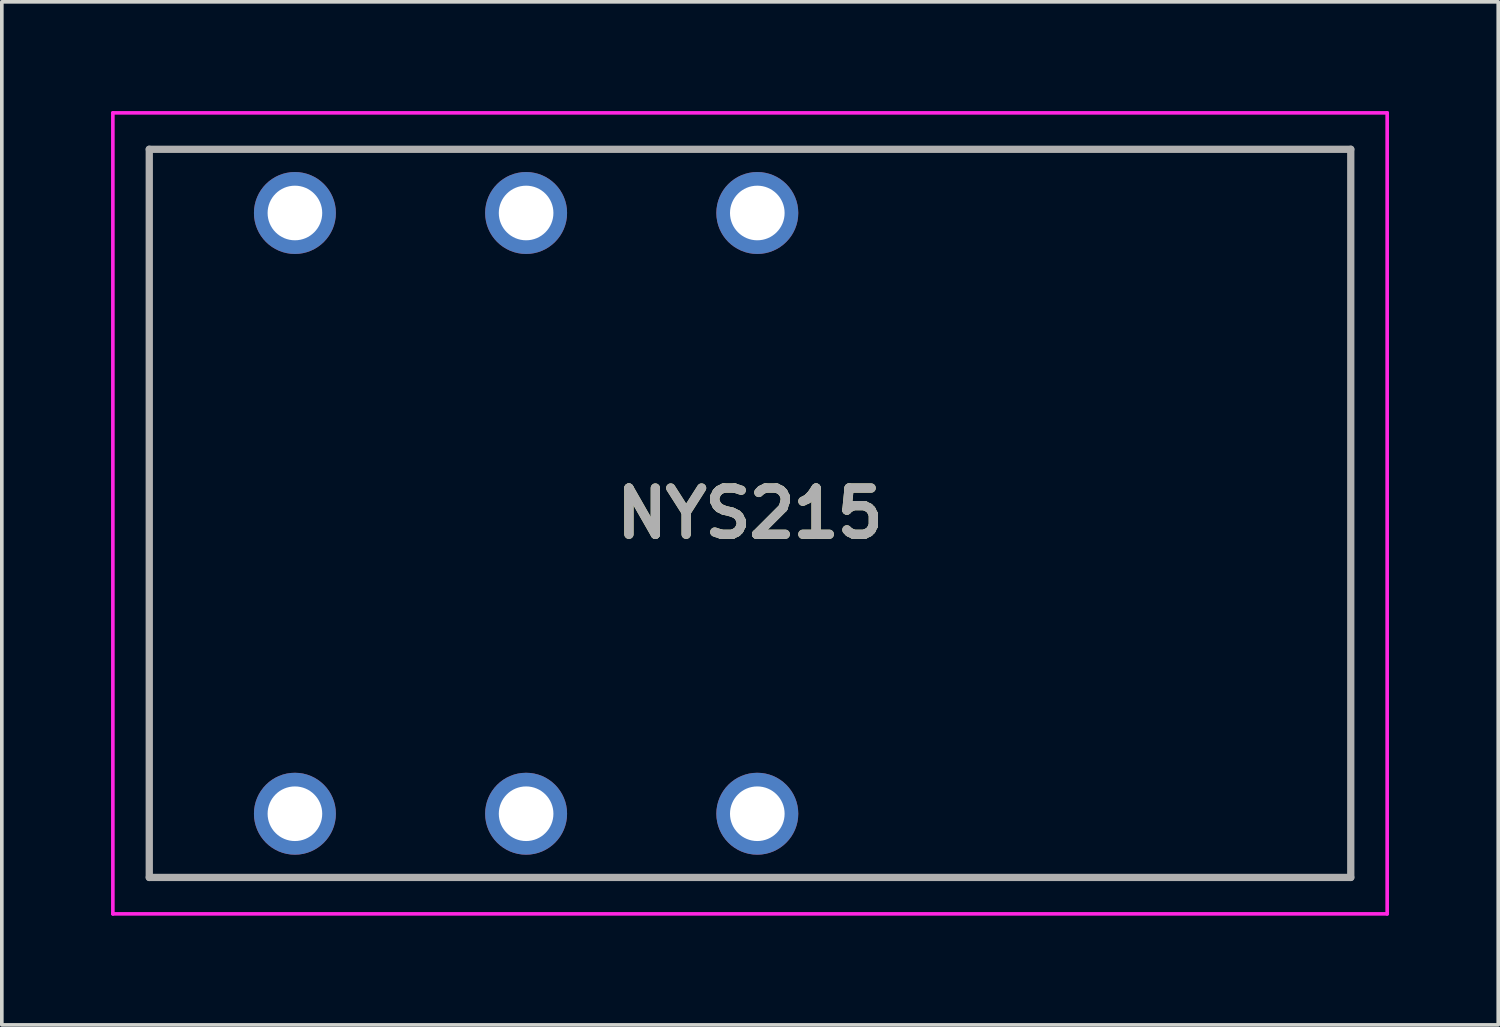
<source format=kicad_pcb>
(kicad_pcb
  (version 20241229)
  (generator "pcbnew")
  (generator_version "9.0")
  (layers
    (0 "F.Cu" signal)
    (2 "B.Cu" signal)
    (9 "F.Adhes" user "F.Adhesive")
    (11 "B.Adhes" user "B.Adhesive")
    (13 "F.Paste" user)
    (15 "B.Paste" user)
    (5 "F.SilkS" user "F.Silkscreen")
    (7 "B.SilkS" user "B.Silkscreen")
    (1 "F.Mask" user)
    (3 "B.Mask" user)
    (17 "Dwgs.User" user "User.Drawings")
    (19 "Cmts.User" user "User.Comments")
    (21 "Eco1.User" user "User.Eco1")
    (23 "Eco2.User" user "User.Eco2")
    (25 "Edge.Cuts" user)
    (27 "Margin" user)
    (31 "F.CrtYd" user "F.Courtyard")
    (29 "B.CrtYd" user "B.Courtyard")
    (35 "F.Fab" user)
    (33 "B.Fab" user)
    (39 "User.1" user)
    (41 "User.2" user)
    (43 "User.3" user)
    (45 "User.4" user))
  (footprint "NYS215"
    (layer "F.Cu")
    (at 5.05 19.3)
    (property "Reference" "NYS215" (at 12.5 -8.25 0) (layer "F.SilkS") (effects (font (size 1.27 1.27) (thickness 0.254))))
    (attr through_hole)
    (fp_line (start -4 -18.25) (end 29 -18.25) (stroke (width 0.1) (type solid)) (layer "F.SilkS"))
    (fp_line (start -4 1.75) (end -4 -18.25) (stroke (width 0.1) (type solid)) (layer "F.SilkS"))
    (fp_line (start 29 -18.25) (end 29 1.75) (stroke (width 0.1) (type solid)) (layer "F.SilkS"))
    (fp_line (start 29 1.75) (end -4 1.75) (stroke (width 0.1) (type solid)) (layer "F.SilkS"))
    (fp_line (start -5 -19.25) (end 30 -19.25) (stroke (width 0.1) (type solid)) (layer "F.CrtYd"))
    (fp_line (start -5 2.75) (end -5 -19.25) (stroke (width 0.1) (type solid)) (layer "F.CrtYd"))
    (fp_line (start 30 -19.25) (end 30 2.75) (stroke (width 0.1) (type solid)) (layer "F.CrtYd"))
    (fp_line (start 30 2.75) (end -5 2.75) (stroke (width 0.1) (type solid)) (layer "F.CrtYd"))
    (fp_line (start -4 -18.25) (end 29 -18.25) (stroke (width 0.2) (type solid)) (layer "F.Fab"))
    (fp_line (start -4 1.75) (end -4 -18.25) (stroke (width 0.2) (type solid)) (layer "F.Fab"))
    (fp_line (start 29 -18.25) (end 29 1.75) (stroke (width 0.2) (type solid)) (layer "F.Fab"))
    (fp_line (start 29 1.75) (end -4 1.75) (stroke (width 0.2) (type solid)) (layer "F.Fab"))
    (fp_text user "${REFERENCE}" (at 12.5 -8.25 0) (layer "F.Fab") (effects (font (size 1.27 1.27) (thickness 0.254))))
    (pad "1" thru_hole circle (at 0 0) (size 2.25 2.25) (drill 1.5) (layers "*.Cu" "*.Mask"))
    (pad "2" thru_hole circle (at 0 -16.5) (size 2.25 2.25) (drill 1.5) (layers "*.Cu" "*.Mask"))
    (pad "3" thru_hole circle (at 6.35 0) (size 2.25 2.25) (drill 1.5) (layers "*.Cu" "*.Mask"))
    (pad "4" thru_hole circle (at 6.35 -16.5) (size 2.25 2.25) (drill 1.5) (layers "*.Cu" "*.Mask"))
    (pad "5" thru_hole circle (at 12.7 0) (size 2.25 2.25) (drill 1.5) (layers "*.Cu" "*.Mask"))
    (pad "6" thru_hole circle (at 12.7 -16.5) (size 2.25 2.25) (drill 1.5) (layers "*.Cu" "*.Mask")))
  (gr_rect
    (start -3 -3)
    (end 38.1 25.1)
    (stroke (width 0.1) (type default))
    (fill no)
    (layer "Edge.Cuts")))
</source>
